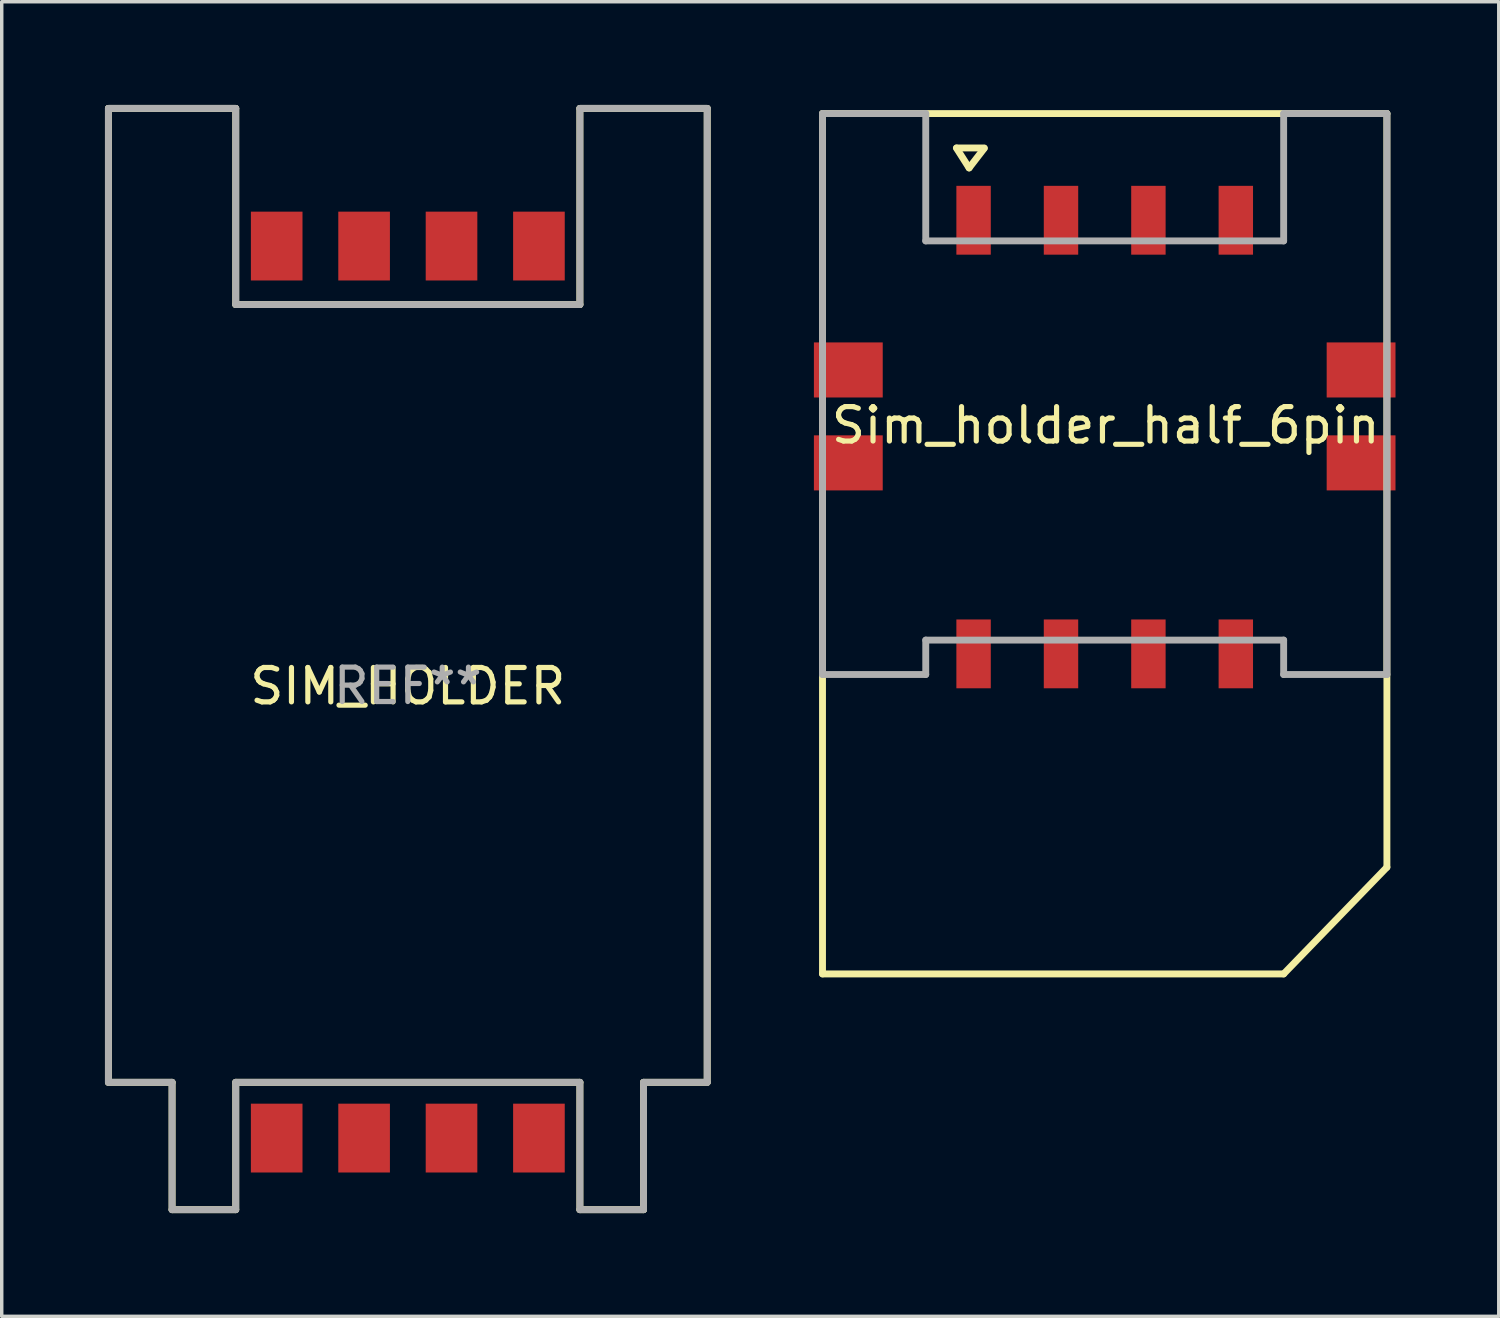
<source format=kicad_pcb>
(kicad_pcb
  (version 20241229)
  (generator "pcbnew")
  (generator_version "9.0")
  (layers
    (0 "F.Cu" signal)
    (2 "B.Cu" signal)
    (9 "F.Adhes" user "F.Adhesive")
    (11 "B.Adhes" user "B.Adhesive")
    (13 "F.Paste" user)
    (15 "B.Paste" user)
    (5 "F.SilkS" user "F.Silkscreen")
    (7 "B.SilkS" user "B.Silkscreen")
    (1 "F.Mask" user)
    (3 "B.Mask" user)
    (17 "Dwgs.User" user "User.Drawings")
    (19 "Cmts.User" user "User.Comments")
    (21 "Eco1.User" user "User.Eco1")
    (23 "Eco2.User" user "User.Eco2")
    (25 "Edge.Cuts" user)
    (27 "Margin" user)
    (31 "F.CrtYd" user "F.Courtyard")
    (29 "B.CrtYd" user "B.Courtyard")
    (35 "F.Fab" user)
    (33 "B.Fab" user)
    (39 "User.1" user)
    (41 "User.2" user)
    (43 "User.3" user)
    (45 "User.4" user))
  (footprint "Sim_holder_half_6pin"
    (layer "F.Cu")
    (at 29.05 0.25)
    (property "Reference" "Sim_holder_half_6pin" (at 0.03 9.06 0) (layer "F.SilkS") (effects (font (size 1 1) (thickness 0.15))))
    (attr through_hole)
    (fp_line (start -8.2 0) (end -8.2 25) (stroke (width 0.2) (type solid)) (layer "F.SilkS"))
    (fp_line (start -8.2 0) (end 8.2 0) (stroke (width 0.2) (type solid)) (layer "F.SilkS"))
    (fp_line (start -8.2 25) (end 5.2 25) (stroke (width 0.2) (type solid)) (layer "F.SilkS"))
    (fp_line (start -4.31 1) (end -3.94 1.58) (stroke (width 0.2) (type solid)) (layer "F.SilkS"))
    (fp_line (start -4.3 1) (end -3.5 1) (stroke (width 0.2) (type solid)) (layer "F.SilkS"))
    (fp_line (start -3.94 1.58) (end -3.5 1.01) (stroke (width 0.2) (type solid)) (layer "F.SilkS"))
    (fp_line (start 5.2 25) (end 8.2 21.9) (stroke (width 0.2) (type solid)) (layer "F.SilkS"))
    (fp_line (start 8.2 0) (end 8.2 21.9) (stroke (width 0.2) (type solid)) (layer "F.SilkS"))
    (fp_line (start -8.2 0) (end -8.2 16.3) (stroke (width 0.2) (type solid)) (layer "F.Fab"))
    (fp_line (start -8.2 0) (end -5.2 0) (stroke (width 0.2) (type solid)) (layer "F.Fab"))
    (fp_line (start -8.2 16.3) (end -5.2 16.3) (stroke (width 0.2) (type solid)) (layer "F.Fab"))
    (fp_line (start -5.2 0) (end -5.2 3.7) (stroke (width 0.2) (type solid)) (layer "F.Fab"))
    (fp_line (start -5.2 3.7) (end 5.2 3.7) (stroke (width 0.2) (type solid)) (layer "F.Fab"))
    (fp_line (start -5.2 15.3) (end -5.2 16.3) (stroke (width 0.2) (type solid)) (layer "F.Fab"))
    (fp_line (start -5.2 15.3) (end 5.2 15.3) (stroke (width 0.2) (type solid)) (layer "F.Fab"))
    (fp_line (start 5.2 0) (end 5.2 3.7) (stroke (width 0.2) (type solid)) (layer "F.Fab"))
    (fp_line (start 5.2 0) (end 8.2 0) (stroke (width 0.2) (type solid)) (layer "F.Fab"))
    (fp_line (start 5.2 15.3) (end 5.2 16.3) (stroke (width 0.2) (type solid)) (layer "F.Fab"))
    (fp_line (start 5.2 16.3) (end 8.2 16.3) (stroke (width 0.2) (type solid)) (layer "F.Fab"))
    (fp_line (start 8.2 0) (end 8.2 16.3) (stroke (width 0.2) (type solid)) (layer "F.Fab"))
    (pad "1" smd rect (at -3.81 3.1) (size 1 2) (layers "F.Cu" "F.Mask" "F.Paste"))
    (pad "2" smd rect (at -1.27 3.1) (size 1 2) (layers "F.Cu" "F.Mask" "F.Paste"))
    (pad "3" smd rect (at 1.27 3.1) (size 1 2) (layers "F.Cu" "F.Mask" "F.Paste"))
    (pad "4" smd rect (at 3.81 3.1) (size 1 2) (layers "F.Cu" "F.Mask" "F.Paste"))
    (pad "5" smd rect (at -3.81 15.7) (size 1 2) (layers "F.Cu" "F.Mask" "F.Paste"))
    (pad "6" smd rect (at -1.27 15.7) (size 1 2) (layers "F.Cu" "F.Mask" "F.Paste"))
    (pad "7" smd rect (at 1.27 15.7) (size 1 2) (layers "F.Cu" "F.Mask" "F.Paste"))
    (pad "8" smd rect (at 3.81 15.7) (size 1 2) (layers "F.Cu" "F.Mask" "F.Paste"))
    (pad "9" smd rect (at -7.45 7.45) (size 2 1.6) (layers "F.Cu" "F.Mask" "F.Paste"))
    (pad "9" smd rect (at -7.45 10.15) (size 2 1.6) (layers "F.Cu" "F.Mask" "F.Paste"))
    (pad "9" smd rect (at 7.45 7.45) (size 2 1.6) (layers "F.Cu" "F.Mask" "F.Paste"))
    (pad "9" smd rect (at 7.45 10.15) (size 2 1.6) (layers "F.Cu" "F.Mask" "F.Paste")))
  (footprint "SIM_HOLDER"
    (layer "F.Cu")
    (at 8.8 30.1)
    (property "Reference" "SIM_HOLDER" (at 0 -13.21 0) (layer "F.SilkS") (effects (font (size 1 1) (thickness 0.15))))
    (attr through_hole)
    (fp_line (start -8.7 -30) (end -8.7 -1.7) (stroke (width 0.2) (type solid)) (layer "F.SilkS"))
    (fp_line (start -8.7 -30) (end -5 -30) (stroke (width 0.2) (type solid)) (layer "F.SilkS"))
    (fp_line (start -8.7 -1.7) (end -6.85 -1.7) (stroke (width 0.2) (type solid)) (layer "F.SilkS"))
    (fp_line (start -6.85 2) (end -6.85 -1.7) (stroke (width 0.2) (type solid)) (layer "F.SilkS"))
    (fp_line (start -6.85 2) (end -5 2) (stroke (width 0.2) (type solid)) (layer "F.SilkS"))
    (fp_line (start -5 -30) (end -5 -24.3) (stroke (width 0.2) (type solid)) (layer "F.SilkS"))
    (fp_line (start -5 -24.3) (end 5 -24.3) (stroke (width 0.2) (type solid)) (layer "F.SilkS"))
    (fp_line (start -5 -1.7) (end 5 -1.7) (stroke (width 0.2) (type solid)) (layer "F.SilkS"))
    (fp_line (start -5 2) (end -5 -1.7) (stroke (width 0.2) (type solid)) (layer "F.SilkS"))
    (fp_line (start 5 -30) (end 5 -24.3) (stroke (width 0.2) (type solid)) (layer "F.SilkS"))
    (fp_line (start 5 -30) (end 8.7 -30) (stroke (width 0.2) (type solid)) (layer "F.SilkS"))
    (fp_line (start 5 -1.7) (end 5 2) (stroke (width 0.2) (type solid)) (layer "F.SilkS"))
    (fp_line (start 5 2) (end 6.85 2) (stroke (width 0.2) (type solid)) (layer "F.SilkS"))
    (fp_line (start 6.85 -1.7) (end 6.85 2) (stroke (width 0.2) (type solid)) (layer "F.SilkS"))
    (fp_line (start 6.85 -1.7) (end 8.7 -1.7) (stroke (width 0.2) (type solid)) (layer "F.SilkS"))
    (fp_line (start 8.7 -1.7) (end 8.7 -30) (stroke (width 0.2) (type solid)) (layer "F.SilkS"))
    (fp_line (start -8.7 -30) (end -8.7 -1.7) (stroke (width 0.2) (type solid)) (layer "F.Fab"))
    (fp_line (start -8.7 -30) (end -5 -30) (stroke (width 0.2) (type solid)) (layer "F.Fab"))
    (fp_line (start -8.7 -1.7) (end -6.85 -1.7) (stroke (width 0.2) (type solid)) (layer "F.Fab"))
    (fp_line (start -6.85 2) (end -6.85 -1.7) (stroke (width 0.2) (type solid)) (layer "F.Fab"))
    (fp_line (start -6.85 2) (end -5 2) (stroke (width 0.2) (type solid)) (layer "F.Fab"))
    (fp_line (start -5 -30) (end -5 -24.3) (stroke (width 0.2) (type solid)) (layer "F.Fab"))
    (fp_line (start -5 -24.3) (end 5 -24.3) (stroke (width 0.2) (type solid)) (layer "F.Fab"))
    (fp_line (start -5 -1.7) (end 5 -1.7) (stroke (width 0.2) (type solid)) (layer "F.Fab"))
    (fp_line (start -5 2) (end -5 -1.7) (stroke (width 0.2) (type solid)) (layer "F.Fab"))
    (fp_line (start 5 -30) (end 5 -24.3) (stroke (width 0.2) (type solid)) (layer "F.Fab"))
    (fp_line (start 5 -30) (end 8.7 -30) (stroke (width 0.2) (type solid)) (layer "F.Fab"))
    (fp_line (start 5 -1.7) (end 5 2) (stroke (width 0.2) (type solid)) (layer "F.Fab"))
    (fp_line (start 5 2) (end 6.85 2) (stroke (width 0.2) (type solid)) (layer "F.Fab"))
    (fp_line (start 6.85 -1.7) (end 6.85 2) (stroke (width 0.2) (type solid)) (layer "F.Fab"))
    (fp_line (start 6.85 -1.7) (end 8.7 -1.7) (stroke (width 0.2) (type solid)) (layer "F.Fab"))
    (fp_line (start 8.7 -1.7) (end 8.7 -30) (stroke (width 0.2) (type solid)) (layer "F.Fab"))
    (fp_text user "REF**" (at 0 -13.22 0) (layer "F.Fab") (effects (font (size 1 1) (thickness 0.15))))
    (pad "1" smd rect (at 3.81 -0.08) (size 1.5 2) (layers "F.Cu" "F.Mask" "F.Paste"))
    (pad "2" smd rect (at 1.27 -0.08) (size 1.5 2) (layers "F.Cu" "F.Mask" "F.Paste"))
    (pad "3" smd rect (at -1.27 -0.08) (size 1.5 2) (layers "F.Cu" "F.Mask" "F.Paste"))
    (pad "4" smd rect (at -3.81 -0.08) (size 1.5 2) (layers "F.Cu" "F.Mask" "F.Paste"))
    (pad "5" smd rect (at 3.81 -26) (size 1.5 2) (layers "F.Cu" "F.Mask" "F.Paste"))
    (pad "6" smd rect (at 1.27 -26) (size 1.5 2) (layers "F.Cu" "F.Mask" "F.Paste"))
    (pad "7" smd rect (at -1.27 -26) (size 1.5 2) (layers "F.Cu" "F.Mask" "F.Paste"))
    (pad "8" smd rect (at -3.81 -26) (size 1.5 2) (layers "F.Cu" "F.Mask" "F.Paste")))
  (gr_rect
    (start -3 -3)
    (end 40.5 35.2)
    (stroke (width 0.1) (type default))
    (fill no)
    (layer "Edge.Cuts")))
</source>
